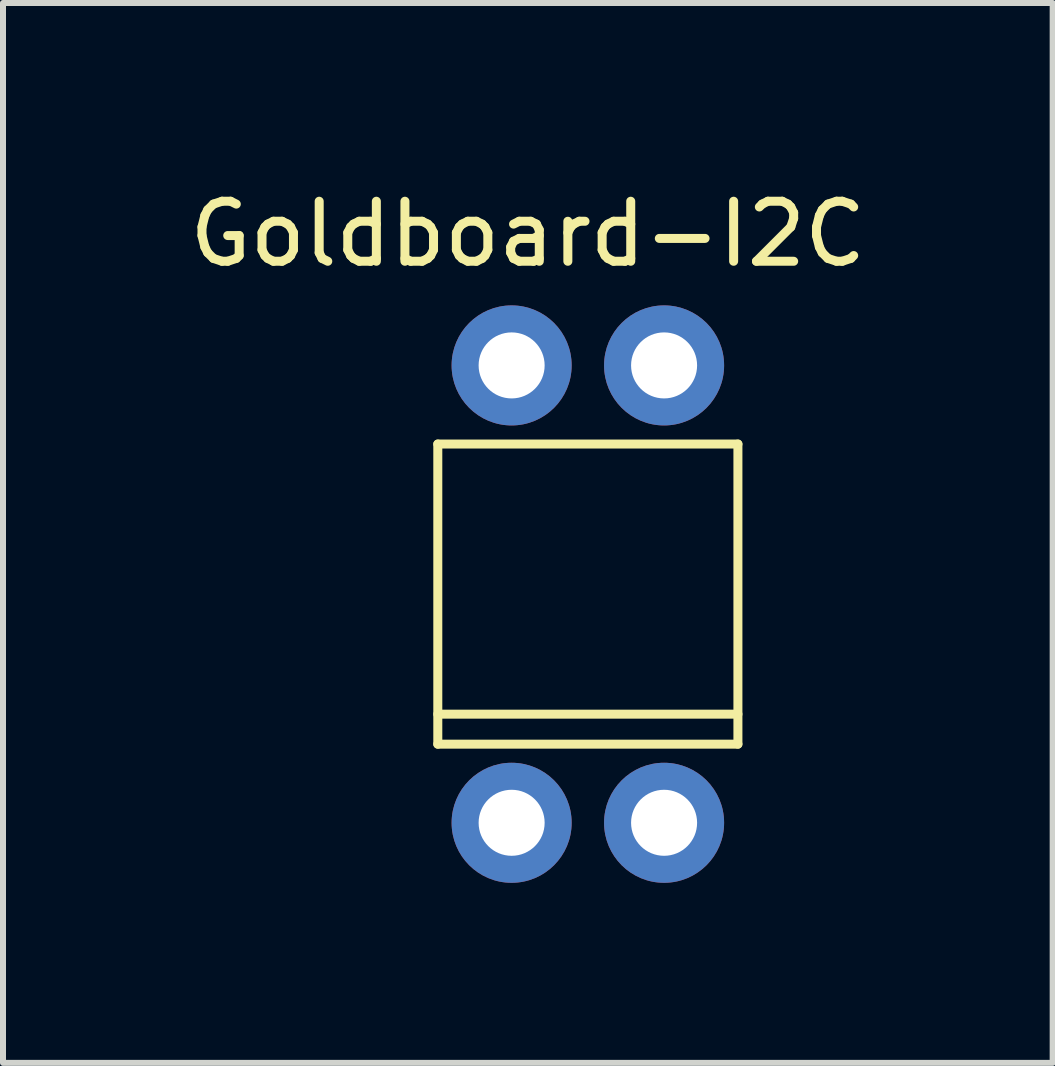
<source format=kicad_pcb>
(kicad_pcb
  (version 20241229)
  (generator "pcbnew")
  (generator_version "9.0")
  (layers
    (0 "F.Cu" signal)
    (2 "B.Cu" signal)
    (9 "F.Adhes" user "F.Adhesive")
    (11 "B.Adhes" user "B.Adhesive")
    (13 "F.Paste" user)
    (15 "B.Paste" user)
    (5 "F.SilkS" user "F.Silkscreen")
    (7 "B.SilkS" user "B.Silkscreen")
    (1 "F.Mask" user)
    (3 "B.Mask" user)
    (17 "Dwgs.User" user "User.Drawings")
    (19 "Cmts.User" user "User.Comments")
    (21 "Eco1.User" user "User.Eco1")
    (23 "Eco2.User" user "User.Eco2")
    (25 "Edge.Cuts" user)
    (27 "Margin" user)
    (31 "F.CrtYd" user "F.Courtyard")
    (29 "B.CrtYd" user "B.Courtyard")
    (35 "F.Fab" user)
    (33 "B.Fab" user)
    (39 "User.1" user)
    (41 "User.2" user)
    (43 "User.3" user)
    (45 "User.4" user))
  (footprint "Goldboard-I2C"
    (layer "F.Cu")
    (at 6.744 6.848)
    (property "Reference" "Goldboard-I2C" (at -1 -6 0) (layer "F.SilkS") (effects (font (size 1 1) (thickness 0.15))))
    (attr through_hole)
    (fp_line (start -2.5 -2.5) (end -2.5 2.5) (stroke (width 0.15) (type solid)) (layer "F.SilkS"))
    (fp_line (start -2.5 2) (end 2.5 2) (stroke (width 0.15) (type solid)) (layer "F.SilkS"))
    (fp_line (start -2.5 2.5) (end 2.5 2.5) (stroke (width 0.15) (type solid)) (layer "F.SilkS"))
    (fp_line (start 2.5 -2.5) (end -2.5 -2.5) (stroke (width 0.15) (type solid)) (layer "F.SilkS"))
    (fp_line (start 2.5 2.5) (end 2.5 -2.5) (stroke (width 0.15) (type solid)) (layer "F.SilkS"))
    (pad "1" thru_hole circle (at -1.27 3.81) (size 2 2) (drill 1.1) (layers "*.Cu" "*.Mask"))
    (pad "2" thru_hole circle (at 1.27 3.81) (size 2 2) (drill 1.1) (layers "*.Cu" "*.Mask"))
    (pad "3" thru_hole circle (at 1.27 -3.81) (size 2 2) (drill 1.1) (layers "*.Cu" "*.Mask"))
    (pad "4" thru_hole circle (at -1.27 -3.81) (size 2 2) (drill 1.1) (layers "*.Cu" "*.Mask")))
  (gr_rect
    (start -3 -3)
    (end 14.488 14.658)
    (stroke (width 0.1) (type default))
    (fill no)
    (layer "Edge.Cuts")))
</source>
